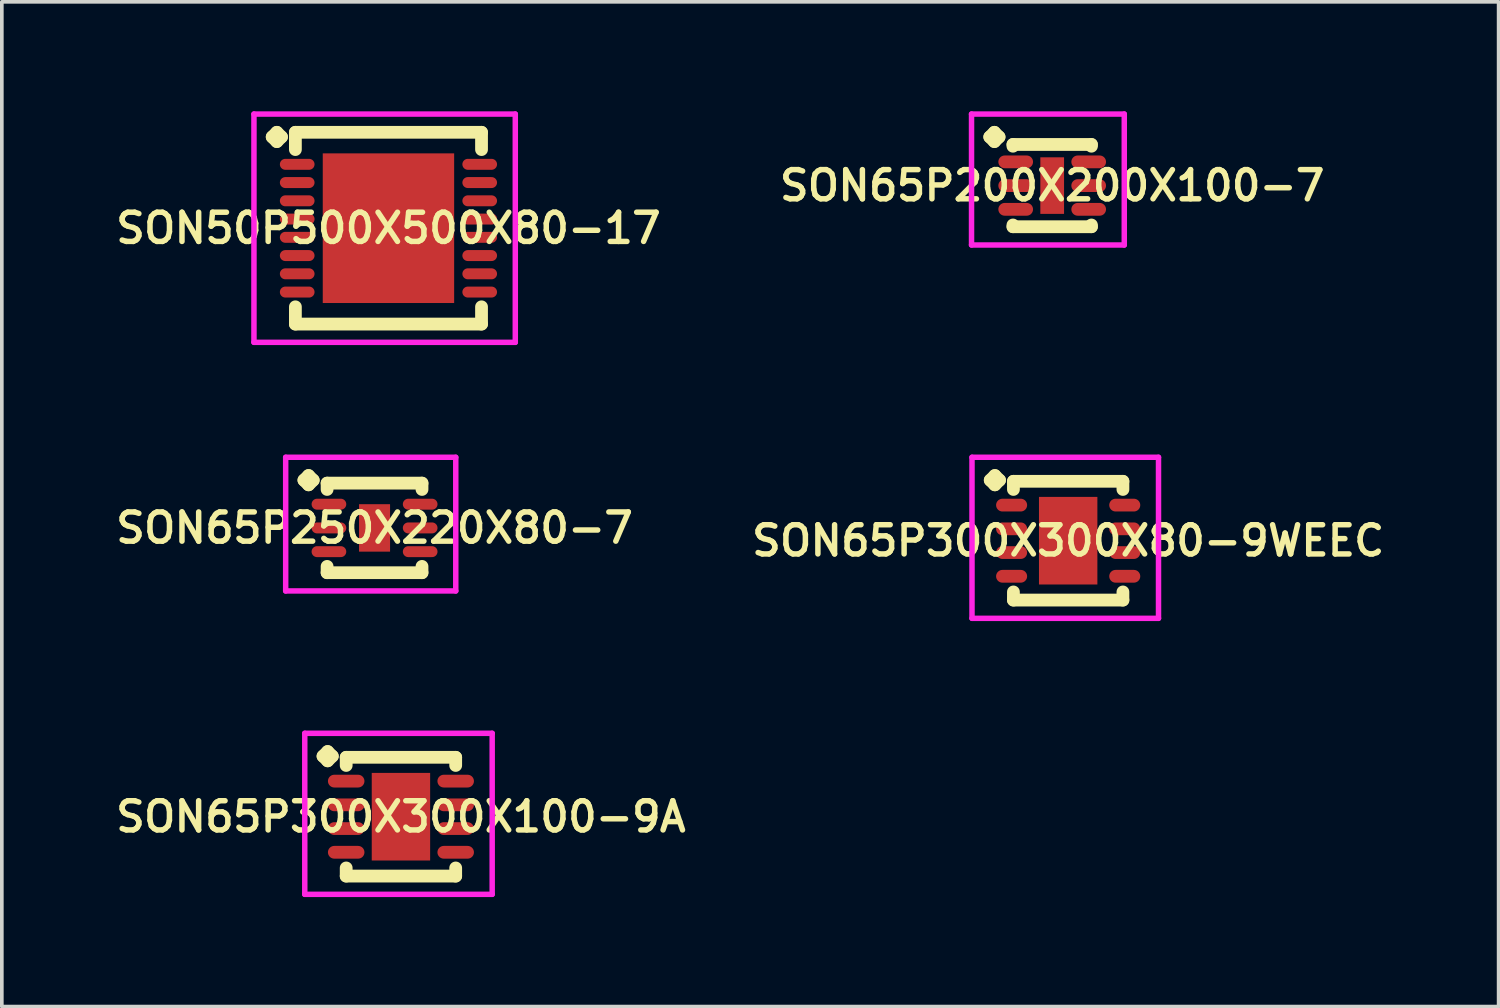
<source format=kicad_pcb>
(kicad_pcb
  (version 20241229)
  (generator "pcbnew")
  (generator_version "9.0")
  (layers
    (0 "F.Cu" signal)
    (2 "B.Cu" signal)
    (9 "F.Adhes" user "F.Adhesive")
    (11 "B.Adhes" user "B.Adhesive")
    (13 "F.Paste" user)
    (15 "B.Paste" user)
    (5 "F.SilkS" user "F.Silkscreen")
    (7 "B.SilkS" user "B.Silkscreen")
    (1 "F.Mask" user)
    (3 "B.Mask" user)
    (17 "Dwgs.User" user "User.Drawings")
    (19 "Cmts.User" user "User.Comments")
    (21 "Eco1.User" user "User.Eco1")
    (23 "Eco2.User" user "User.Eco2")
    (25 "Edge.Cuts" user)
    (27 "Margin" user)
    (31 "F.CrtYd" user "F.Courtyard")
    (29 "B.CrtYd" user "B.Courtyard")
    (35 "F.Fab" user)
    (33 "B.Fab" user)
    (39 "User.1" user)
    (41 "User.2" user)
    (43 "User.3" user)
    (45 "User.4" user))
  (footprint "SON65P200X200X100-7"
    (layer "F.Cu")
    (at 25.778 2.035)
    (property "Reference" "SON65P200X200X100-7" (at 0 0 0) (layer "F.SilkS") (effects (font (size 0.8 0.8) (thickness 0.15))))
    (attr smd)
    (fp_line (start -1.71 -1.333) (end -1.583 -1.46) (stroke (width 0.35) (type solid)) (layer "F.SilkS"))
    (fp_line (start -1.583 -1.46) (end -1.456 -1.333) (stroke (width 0.35) (type solid)) (layer "F.SilkS"))
    (fp_line (start -1.583 -1.206) (end -1.71 -1.333) (stroke (width 0.35) (type solid)) (layer "F.SilkS"))
    (fp_line (start -1.456 -1.333) (end -1.583 -1.206) (stroke (width 0.35) (type solid)) (layer "F.SilkS"))
    (fp_line (start -1.075 -1.127) (end 1.075 -1.127) (stroke (width 0.35) (type solid)) (layer "F.SilkS"))
    (fp_line (start -1.075 -1.079) (end -1.075 -1.127) (stroke (width 0.35) (type solid)) (layer "F.SilkS"))
    (fp_line (start -1.075 1.079) (end -1.075 1.127) (stroke (width 0.35) (type solid)) (layer "F.SilkS"))
    (fp_line (start -1.075 1.127) (end 1.075 1.127) (stroke (width 0.35) (type solid)) (layer "F.SilkS"))
    (fp_line (start 1.075 -1.127) (end 1.075 -1.079) (stroke (width 0.35) (type solid)) (layer "F.SilkS"))
    (fp_line (start 1.075 1.127) (end 1.075 1.079) (stroke (width 0.35) (type solid)) (layer "F.SilkS"))
    (fp_line (start -2.21 -1.96) (end 1.975 -1.96) (stroke (width 0.15) (type solid)) (layer "F.CrtYd"))
    (fp_line (start -2.21 1.627) (end -2.21 -1.96) (stroke (width 0.15) (type solid)) (layer "F.CrtYd"))
    (fp_line (start 1.975 -1.96) (end 1.975 1.627) (stroke (width 0.15) (type solid)) (layer "F.CrtYd"))
    (fp_line (start 1.975 1.627) (end -2.21 1.627) (stroke (width 0.15) (type solid)) (layer "F.CrtYd"))
    (pad "1" smd oval (at -1 -0.65) (size 0.95 0.35) (layers "F.Cu" "F.Mask" "F.Paste"))
    (pad "2" smd oval (at -1 0) (size 0.95 0.35) (layers "F.Cu" "F.Mask" "F.Paste"))
    (pad "3" smd oval (at -1 0.65) (size 0.95 0.35) (layers "F.Cu" "F.Mask" "F.Paste"))
    (pad "4" smd oval (at 1 0.65) (size 0.95 0.35) (layers "F.Cu" "F.Mask" "F.Paste"))
    (pad "5" smd oval (at 1 0) (size 0.95 0.35) (layers "F.Cu" "F.Mask" "F.Paste"))
    (pad "6" smd oval (at 1 -0.65) (size 0.95 0.35) (layers "F.Cu" "F.Mask" "F.Paste"))
    (pad "7" smd rect (at 0 0) (size 0.65 1.55) (layers "F.Cu" "F.Mask" "F.Paste")))
  (footprint "SON65P300X300X80-9WEEC"
    (layer "F.Cu")
    (at 26.216 11.764)
    (property "Reference" "SON65P300X300X80-9WEEC" (at 0 0 0) (layer "F.SilkS") (effects (font (size 0.8 0.8) (thickness 0.15))))
    (attr smd)
    (fp_line (start -2.135 -1.658) (end -2.008 -1.785) (stroke (width 0.35) (type solid)) (layer "F.SilkS"))
    (fp_line (start -2.008 -1.785) (end -1.881 -1.658) (stroke (width 0.35) (type solid)) (layer "F.SilkS"))
    (fp_line (start -2.008 -1.531) (end -2.135 -1.658) (stroke (width 0.35) (type solid)) (layer "F.SilkS"))
    (fp_line (start -1.881 -1.658) (end -2.008 -1.531) (stroke (width 0.35) (type solid)) (layer "F.SilkS"))
    (fp_line (start -1.5 -1.627) (end 1.5 -1.627) (stroke (width 0.35) (type solid)) (layer "F.SilkS"))
    (fp_line (start -1.5 -1.404) (end -1.5 -1.627) (stroke (width 0.35) (type solid)) (layer "F.SilkS"))
    (fp_line (start -1.5 1.404) (end -1.5 1.627) (stroke (width 0.35) (type solid)) (layer "F.SilkS"))
    (fp_line (start -1.5 1.627) (end 1.5 1.627) (stroke (width 0.35) (type solid)) (layer "F.SilkS"))
    (fp_line (start 1.5 -1.627) (end 1.5 -1.404) (stroke (width 0.35) (type solid)) (layer "F.SilkS"))
    (fp_line (start 1.5 1.627) (end 1.5 1.404) (stroke (width 0.35) (type solid)) (layer "F.SilkS"))
    (fp_line (start -2.635 -2.285) (end 2.475 -2.285) (stroke (width 0.15) (type solid)) (layer "F.CrtYd"))
    (fp_line (start -2.635 2.127) (end -2.635 -2.285) (stroke (width 0.15) (type solid)) (layer "F.CrtYd"))
    (fp_line (start 2.475 -2.285) (end 2.475 2.127) (stroke (width 0.15) (type solid)) (layer "F.CrtYd"))
    (fp_line (start 2.475 2.127) (end -2.635 2.127) (stroke (width 0.15) (type solid)) (layer "F.CrtYd"))
    (pad "1" smd oval (at -1.55 -0.975) (size 0.85 0.35) (layers "F.Cu" "F.Mask" "F.Paste"))
    (pad "2" smd oval (at -1.55 -0.325) (size 0.85 0.35) (layers "F.Cu" "F.Mask" "F.Paste"))
    (pad "3" smd oval (at -1.55 0.325) (size 0.85 0.35) (layers "F.Cu" "F.Mask" "F.Paste"))
    (pad "4" smd oval (at -1.55 0.975) (size 0.85 0.35) (layers "F.Cu" "F.Mask" "F.Paste"))
    (pad "5" smd oval (at 1.55 0.975) (size 0.85 0.35) (layers "F.Cu" "F.Mask" "F.Paste"))
    (pad "6" smd oval (at 1.55 0.325) (size 0.85 0.35) (layers "F.Cu" "F.Mask" "F.Paste"))
    (pad "7" smd oval (at 1.55 -0.325) (size 0.85 0.35) (layers "F.Cu" "F.Mask" "F.Paste"))
    (pad "8" smd oval (at 1.55 -0.975) (size 0.85 0.35) (layers "F.Cu" "F.Mask" "F.Paste"))
    (pad "9" smd rect (at 0 0) (size 1.6 2.4) (layers "F.Cu" "F.Mask" "F.Paste")))
  (footprint "SON50P500X500X80-17"
    (layer "F.Cu")
    (at 7.593 3.202)
    (property "Reference" "SON50P500X500X80-17" (at 0 0 0) (layer "F.SilkS") (effects (font (size 0.8 0.8) (thickness 0.15))))
    (attr smd)
    (fp_line (start -3.185 -2.5) (end -3.058 -2.627) (stroke (width 0.35) (type solid)) (layer "F.SilkS"))
    (fp_line (start -3.058 -2.627) (end -2.931 -2.5) (stroke (width 0.35) (type solid)) (layer "F.SilkS"))
    (fp_line (start -3.058 -2.373) (end -3.185 -2.5) (stroke (width 0.35) (type solid)) (layer "F.SilkS"))
    (fp_line (start -2.931 -2.5) (end -3.058 -2.373) (stroke (width 0.35) (type solid)) (layer "F.SilkS"))
    (fp_line (start -2.55 -2.627) (end 2.55 -2.627) (stroke (width 0.35) (type solid)) (layer "F.SilkS"))
    (fp_line (start -2.55 -2.154) (end -2.55 -2.627) (stroke (width 0.35) (type solid)) (layer "F.SilkS"))
    (fp_line (start -2.55 2.154) (end -2.55 2.627) (stroke (width 0.35) (type solid)) (layer "F.SilkS"))
    (fp_line (start -2.55 2.627) (end 2.55 2.627) (stroke (width 0.35) (type solid)) (layer "F.SilkS"))
    (fp_line (start 2.55 -2.627) (end 2.55 -2.154) (stroke (width 0.35) (type solid)) (layer "F.SilkS"))
    (fp_line (start 2.55 2.627) (end 2.55 2.154) (stroke (width 0.35) (type solid)) (layer "F.SilkS"))
    (fp_line (start -3.685 -3.127) (end 3.475 -3.127) (stroke (width 0.15) (type solid)) (layer "F.CrtYd"))
    (fp_line (start -3.685 3.127) (end -3.685 -3.127) (stroke (width 0.15) (type solid)) (layer "F.CrtYd"))
    (fp_line (start 3.475 -3.127) (end 3.475 3.127) (stroke (width 0.15) (type solid)) (layer "F.CrtYd"))
    (fp_line (start 3.475 3.127) (end -3.685 3.127) (stroke (width 0.15) (type solid)) (layer "F.CrtYd"))
    (pad "1" smd oval (at -2.5 -1.75) (size 0.95 0.3) (layers "F.Cu" "F.Mask" "F.Paste"))
    (pad "2" smd oval (at -2.5 -1.25) (size 0.95 0.3) (layers "F.Cu" "F.Mask" "F.Paste"))
    (pad "3" smd oval (at -2.5 -0.75) (size 0.95 0.3) (layers "F.Cu" "F.Mask" "F.Paste"))
    (pad "4" smd oval (at -2.5 -0.25) (size 0.95 0.3) (layers "F.Cu" "F.Mask" "F.Paste"))
    (pad "5" smd oval (at -2.5 0.25) (size 0.95 0.3) (layers "F.Cu" "F.Mask" "F.Paste"))
    (pad "6" smd oval (at -2.5 0.75) (size 0.95 0.3) (layers "F.Cu" "F.Mask" "F.Paste"))
    (pad "7" smd oval (at -2.5 1.25) (size 0.95 0.3) (layers "F.Cu" "F.Mask" "F.Paste"))
    (pad "8" smd oval (at -2.5 1.75) (size 0.95 0.3) (layers "F.Cu" "F.Mask" "F.Paste"))
    (pad "9" smd oval (at 2.5 1.75) (size 0.95 0.3) (layers "F.Cu" "F.Mask" "F.Paste"))
    (pad "10" smd oval (at 2.5 1.25) (size 0.95 0.3) (layers "F.Cu" "F.Mask" "F.Paste"))
    (pad "11" smd oval (at 2.5 0.75) (size 0.95 0.3) (layers "F.Cu" "F.Mask" "F.Paste"))
    (pad "12" smd oval (at 2.5 0.25) (size 0.95 0.3) (layers "F.Cu" "F.Mask" "F.Paste"))
    (pad "13" smd oval (at 2.5 -0.25) (size 0.95 0.3) (layers "F.Cu" "F.Mask" "F.Paste"))
    (pad "14" smd oval (at 2.5 -0.75) (size 0.95 0.3) (layers "F.Cu" "F.Mask" "F.Paste"))
    (pad "15" smd oval (at 2.5 -1.25) (size 0.95 0.3) (layers "F.Cu" "F.Mask" "F.Paste"))
    (pad "16" smd oval (at 2.5 -1.75) (size 0.95 0.3) (layers "F.Cu" "F.Mask" "F.Paste"))
    (pad "17" smd rect (at 0 0) (size 3.6 4.1) (layers "F.Cu" "F.Mask" "F.Paste")))
  (footprint "SON65P300X300X100-9A"
    (layer "F.Cu")
    (at 7.935 19.326)
    (property "Reference" "SON65P300X300X100-9A" (at 0 0 0) (layer "F.SilkS") (effects (font (size 0.8 0.8) (thickness 0.15))))
    (attr smd)
    (fp_line (start -2.135 -1.658) (end -2.008 -1.785) (stroke (width 0.35) (type solid)) (layer "F.SilkS"))
    (fp_line (start -2.008 -1.785) (end -1.881 -1.658) (stroke (width 0.35) (type solid)) (layer "F.SilkS"))
    (fp_line (start -2.008 -1.531) (end -2.135 -1.658) (stroke (width 0.35) (type solid)) (layer "F.SilkS"))
    (fp_line (start -1.881 -1.658) (end -2.008 -1.531) (stroke (width 0.35) (type solid)) (layer "F.SilkS"))
    (fp_line (start -1.5 -1.627) (end 1.5 -1.627) (stroke (width 0.35) (type solid)) (layer "F.SilkS"))
    (fp_line (start -1.5 -1.404) (end -1.5 -1.627) (stroke (width 0.35) (type solid)) (layer "F.SilkS"))
    (fp_line (start -1.5 1.404) (end -1.5 1.627) (stroke (width 0.35) (type solid)) (layer "F.SilkS"))
    (fp_line (start -1.5 1.627) (end 1.5 1.627) (stroke (width 0.35) (type solid)) (layer "F.SilkS"))
    (fp_line (start 1.5 -1.627) (end 1.5 -1.404) (stroke (width 0.35) (type solid)) (layer "F.SilkS"))
    (fp_line (start 1.5 1.627) (end 1.5 1.404) (stroke (width 0.35) (type solid)) (layer "F.SilkS"))
    (fp_line (start -2.635 -2.285) (end 2.5 -2.285) (stroke (width 0.15) (type solid)) (layer "F.CrtYd"))
    (fp_line (start -2.635 2.127) (end -2.635 -2.285) (stroke (width 0.15) (type solid)) (layer "F.CrtYd"))
    (fp_line (start 2.5 -2.285) (end 2.5 2.127) (stroke (width 0.15) (type solid)) (layer "F.CrtYd"))
    (fp_line (start 2.5 2.127) (end -2.635 2.127) (stroke (width 0.15) (type solid)) (layer "F.CrtYd"))
    (pad "1" smd oval (at -1.5 -0.975) (size 1 0.35) (layers "F.Cu" "F.Mask" "F.Paste"))
    (pad "2" smd oval (at -1.5 -0.325) (size 1 0.35) (layers "F.Cu" "F.Mask" "F.Paste"))
    (pad "3" smd oval (at -1.5 0.325) (size 1 0.35) (layers "F.Cu" "F.Mask" "F.Paste"))
    (pad "4" smd oval (at -1.5 0.975) (size 1 0.35) (layers "F.Cu" "F.Mask" "F.Paste"))
    (pad "5" smd oval (at 1.5 0.975) (size 1 0.35) (layers "F.Cu" "F.Mask" "F.Paste"))
    (pad "6" smd oval (at 1.5 0.325) (size 1 0.35) (layers "F.Cu" "F.Mask" "F.Paste"))
    (pad "7" smd oval (at 1.5 -0.325) (size 1 0.35) (layers "F.Cu" "F.Mask" "F.Paste"))
    (pad "8" smd oval (at 1.5 -0.975) (size 1 0.35) (layers "F.Cu" "F.Mask" "F.Paste"))
    (pad "9" smd rect (at 0 0) (size 1.6 2.4) (layers "F.Cu" "F.Mask" "F.Paste")))
  (footprint "SON65P250X220X80-7"
    (layer "F.Cu")
    (at 7.212 11.414)
    (property "Reference" "SON65P250X220X80-7" (at 0 0 0) (layer "F.SilkS") (effects (font (size 0.8 0.8) (thickness 0.15))))
    (attr smd)
    (fp_line (start -1.935 -1.308) (end -1.808 -1.435) (stroke (width 0.35) (type solid)) (layer "F.SilkS"))
    (fp_line (start -1.808 -1.435) (end -1.681 -1.308) (stroke (width 0.35) (type solid)) (layer "F.SilkS"))
    (fp_line (start -1.808 -1.181) (end -1.935 -1.308) (stroke (width 0.35) (type solid)) (layer "F.SilkS"))
    (fp_line (start -1.681 -1.308) (end -1.808 -1.181) (stroke (width 0.35) (type solid)) (layer "F.SilkS"))
    (fp_line (start -1.3 -1.227) (end 1.3 -1.227) (stroke (width 0.35) (type solid)) (layer "F.SilkS"))
    (fp_line (start -1.3 -1.054) (end -1.3 -1.227) (stroke (width 0.35) (type solid)) (layer "F.SilkS"))
    (fp_line (start -1.3 1.054) (end -1.3 1.227) (stroke (width 0.35) (type solid)) (layer "F.SilkS"))
    (fp_line (start -1.3 1.227) (end 1.3 1.227) (stroke (width 0.35) (type solid)) (layer "F.SilkS"))
    (fp_line (start 1.3 -1.227) (end 1.3 -1.054) (stroke (width 0.35) (type solid)) (layer "F.SilkS"))
    (fp_line (start 1.3 1.227) (end 1.3 1.054) (stroke (width 0.35) (type solid)) (layer "F.SilkS"))
    (fp_line (start -2.435 -1.935) (end 2.225 -1.935) (stroke (width 0.15) (type solid)) (layer "F.CrtYd"))
    (fp_line (start -2.435 1.727) (end -2.435 -1.935) (stroke (width 0.15) (type solid)) (layer "F.CrtYd"))
    (fp_line (start 2.225 -1.935) (end 2.225 1.727) (stroke (width 0.15) (type solid)) (layer "F.CrtYd"))
    (fp_line (start 2.225 1.727) (end -2.435 1.727) (stroke (width 0.15) (type solid)) (layer "F.CrtYd"))
    (pad "1" smd oval (at -1.25 -0.65) (size 0.95 0.3) (layers "F.Cu" "F.Mask" "F.Paste"))
    (pad "2" smd oval (at -1.25 0) (size 0.95 0.3) (layers "F.Cu" "F.Mask" "F.Paste"))
    (pad "3" smd oval (at -1.25 0.65) (size 0.95 0.3) (layers "F.Cu" "F.Mask" "F.Paste"))
    (pad "4" smd oval (at 1.25 0.65) (size 0.95 0.3) (layers "F.Cu" "F.Mask" "F.Paste"))
    (pad "5" smd oval (at 1.25 0) (size 0.95 0.3) (layers "F.Cu" "F.Mask" "F.Paste"))
    (pad "6" smd oval (at 1.25 -0.65) (size 0.95 0.3) (layers "F.Cu" "F.Mask" "F.Paste"))
    (pad "7" smd rect (at 0 0) (size 0.85 1.3) (layers "F.Cu" "F.Mask" "F.Paste")))
  (gr_rect
    (start -3 -3)
    (end 38.009 24.528)
    (stroke (width 0.1) (type default))
    (fill no)
    (layer "Edge.Cuts")))
</source>
